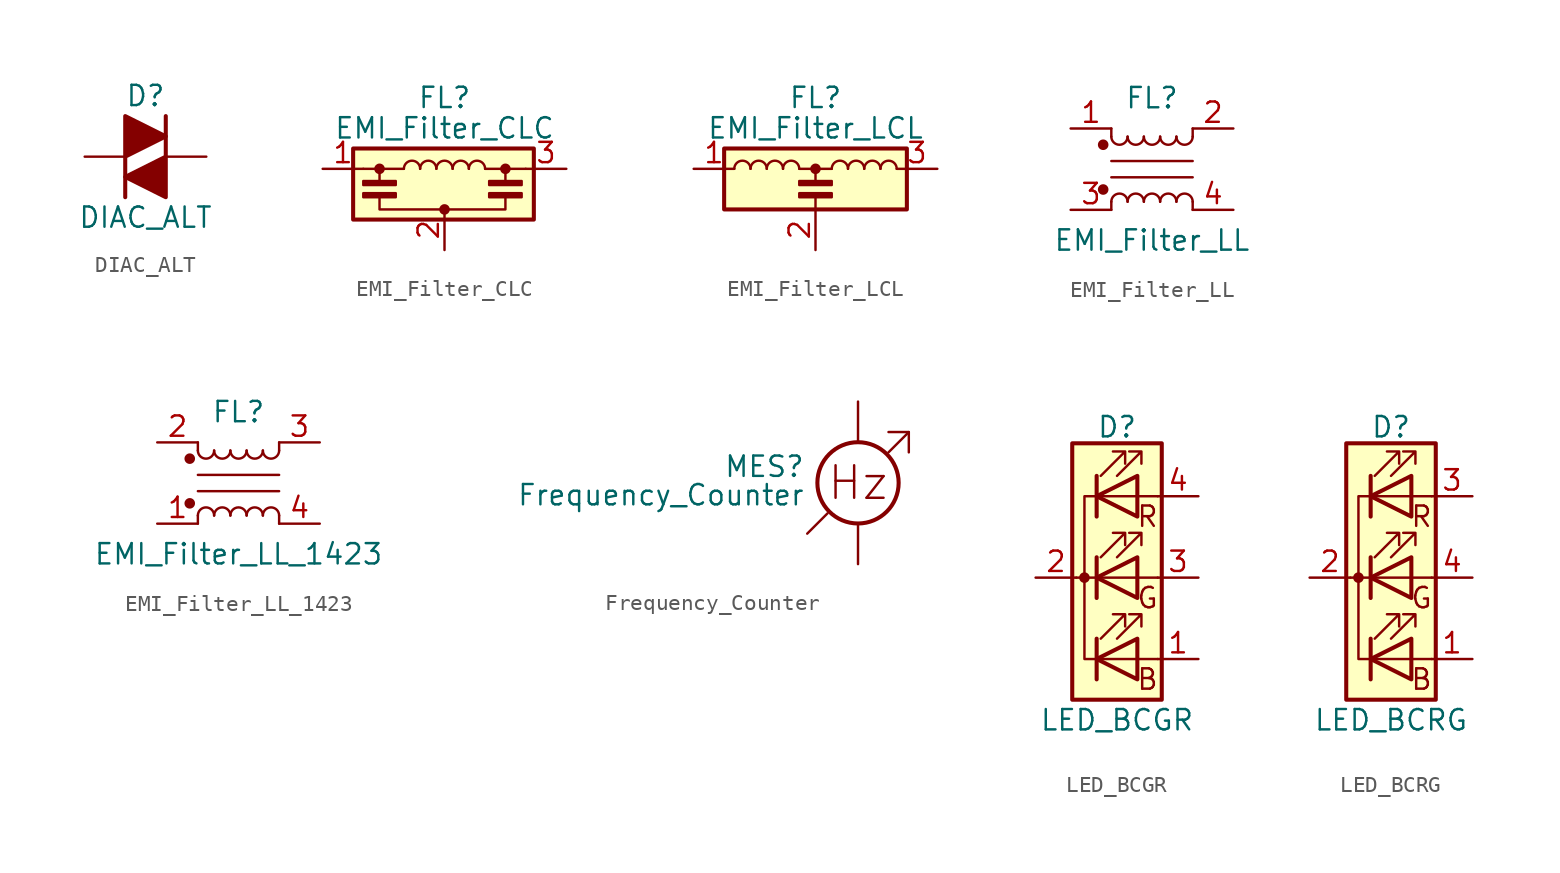
<source format=kicad_sym>
(kicad_symbol_lib
  (version 20211014)
  (generator kicad_symbol_editor)
  (symbol "DIAC_ALT"
    (pin_numbers hide)
    (pin_names
      (offset 1.016) hide)
    (property "Reference" "D"
      (at 0 3.81 0)
      (effects (font (size 1.27 1.27))))
    (property "Value" "DIAC_ALT"
      (at 0 -3.81 0)
      (effects (font (size 1.27 1.27))))
    (symbol "DIAC_ALT_0_1"
      (polyline (pts (xy -1.27 -2.54) (xy -1.27 2.54) (xy 1.27 1.27) (xy -1.27 0)) (stroke (width 0.254) (type default) (color 0 0 0 0)) (fill (type outline)))
      (polyline (pts (xy 1.27 2.54) (xy 1.27 -2.54) (xy -1.27 -1.27) (xy 1.27 0)) (stroke (width 0.254) (type default) (color 0 0 0 0)) (fill (type outline))))
    (symbol "DIAC_ALT_1_1"
      (pin passive line (at -3.81 0 0) (length 2.54) (name "K" (effects (font (size 1.27 1.27)))) (number "1" (effects (font (size 1.27 1.27)))))
      (pin passive line (at 3.81 0 180) (length 2.54) (name "A" (effects (font (size 1.27 1.27)))) (number "2" (effects (font (size 1.27 1.27)))))))
  (symbol "EMI_Filter_CLC"
    (pin_names
      (offset 0.254) hide)
    (property "Reference" "FL"
      (at 0 6.985 0)
      (effects (font (size 1.27 1.27))))
    (property "Value" "EMI_Filter_CLC"
      (at 0 5.08 0)
      (effects (font (size 1.27 1.27))))
    (symbol "EMI_Filter_CLC_0_1"
      (rectangle (start -5.715 3.81) (end 5.588 -0.635) (stroke (width 0.254) (type default) (color 0 0 0 0)) (fill (type background)))
      (rectangle (start -5.08 0.762) (end -3.048 1.016) (stroke (width 0) (type default) (color 0 0 0 0)) (fill (type outline)))
      (circle (center -4.064 2.54) (radius 0.254) (stroke (width 0) (type default) (color 0 0 0 0)) (fill (type outline)))
      (rectangle (start -3.048 1.524) (end -5.08 1.778) (stroke (width 0) (type default) (color 0 0 0 0)) (fill (type outline)))
      (arc (start -1.524 2.54) (mid -2.032 3.048) (end -2.54 2.54) (stroke (width 0) (type default) (color 0 0 0 0)) (fill (type none)))
      (arc (start -0.508 2.54) (mid -1.016 3.048) (end -1.524 2.54) (stroke (width 0) (type default) (color 0 0 0 0)) (fill (type none)))
      (polyline (pts (xy -5.08 2.54) (xy -2.54 2.54)) (stroke (width 0) (type default) (color 0 0 0 0)) (fill (type none)))
      (polyline (pts (xy -4.064 2.54) (xy -4.064 1.778)) (stroke (width 0) (type default) (color 0 0 0 0)) (fill (type none)))
      (polyline (pts (xy 2.54 2.54) (xy 5.08 2.54)) (stroke (width 0) (type default) (color 0 0 0 0)) (fill (type none)))
      (polyline (pts (xy 3.81 2.54) (xy 3.81 1.778)) (stroke (width 0) (type default) (color 0 0 0 0)) (fill (type none)))
      (polyline (pts (xy -4.064 0.762) (xy -4.064 0) (xy 3.81 0) (xy 3.81 0.762)) (stroke (width 0) (type default) (color 0 0 0 0)) (fill (type none)))
      (circle (center 0 0) (radius 0.254) (stroke (width 0) (type default) (color 0 0 0 0)) (fill (type outline)))
      (arc (start 0.508 2.54) (mid 0 3.048) (end -0.508 2.54) (stroke (width 0) (type default) (color 0 0 0 0)) (fill (type none)))
      (arc (start 1.524 2.54) (mid 1.016 3.048) (end 0.508 2.54) (stroke (width 0) (type default) (color 0 0 0 0)) (fill (type none)))
      (arc (start 2.54 2.54) (mid 2.032 3.048) (end 1.524 2.54) (stroke (width 0) (type default) (color 0 0 0 0)) (fill (type none)))
      (rectangle (start 2.794 0.762) (end 4.826 1.016) (stroke (width 0) (type default) (color 0 0 0 0)) (fill (type outline)))
      (circle (center 3.81 2.54) (radius 0.254) (stroke (width 0) (type default) (color 0 0 0 0)) (fill (type outline)))
      (rectangle (start 4.826 1.524) (end 2.794 1.778) (stroke (width 0) (type default) (color 0 0 0 0)) (fill (type outline))))
    (symbol "EMI_Filter_CLC_1_1"
      (pin passive line (at -7.62 2.54 0) (length 2.54) (name "1" (effects (font (size 1.27 1.27)))) (number "1" (effects (font (size 1.27 1.27)))))
      (pin passive line (at 0 -2.54 90) (length 2.54) (name "2" (effects (font (size 1.27 1.27)))) (number "2" (effects (font (size 1.27 1.27)))))
      (pin passive line (at 7.62 2.54 180) (length 2.54) (name "3" (effects (font (size 1.27 1.27)))) (number "3" (effects (font (size 1.27 1.27)))))))
  (symbol "EMI_Filter_LCL"
    (pin_names
      (offset 0.254) hide)
    (property "Reference" "FL"
      (at 0 6.985 0)
      (effects (font (size 1.27 1.27))))
    (property "Value" "EMI_Filter_LCL"
      (at 0 5.08 0)
      (effects (font (size 1.27 1.27))))
    (symbol "EMI_Filter_LCL_0_1"
      (rectangle (start -5.715 3.81) (end 5.715 0) (stroke (width 0.254) (type default) (color 0 0 0 0)) (fill (type background)))
      (arc (start -4.064 2.54) (mid -4.572 3.048) (end -5.08 2.54) (stroke (width 0) (type default) (color 0 0 0 0)) (fill (type none)))
      (arc (start -3.048 2.54) (mid -3.556 3.048) (end -4.064 2.54) (stroke (width 0) (type default) (color 0 0 0 0)) (fill (type none)))
      (arc (start -2.032 2.54) (mid -2.54 3.048) (end -3.048 2.54) (stroke (width 0) (type default) (color 0 0 0 0)) (fill (type none)))
      (rectangle (start -1.016 0.762) (end 1.016 1.016) (stroke (width 0) (type default) (color 0 0 0 0)) (fill (type outline)))
      (arc (start -1.016 2.54) (mid -1.524 3.048) (end -2.032 2.54) (stroke (width 0) (type default) (color 0 0 0 0)) (fill (type none)))
      (polyline (pts (xy -1.016 2.54) (xy 1.016 2.54)) (stroke (width 0) (type default) (color 0 0 0 0)) (fill (type none)))
      (polyline (pts (xy 0 0.762) (xy 0 0)) (stroke (width 0) (type default) (color 0 0 0 0)) (fill (type none)))
      (polyline (pts (xy 0 2.54) (xy 0 1.778)) (stroke (width 0) (type default) (color 0 0 0 0)) (fill (type none)))
      (circle (center 0 2.54) (radius 0.254) (stroke (width 0) (type default) (color 0 0 0 0)) (fill (type outline)))
      (rectangle (start 1.016 1.524) (end -1.016 1.778) (stroke (width 0) (type default) (color 0 0 0 0)) (fill (type outline)))
      (arc (start 2.032 2.54) (mid 1.524 3.048) (end 1.016 2.54) (stroke (width 0) (type default) (color 0 0 0 0)) (fill (type none)))
      (arc (start 3.048 2.54) (mid 2.54 3.048) (end 2.032 2.54) (stroke (width 0) (type default) (color 0 0 0 0)) (fill (type none)))
      (arc (start 4.064 2.54) (mid 3.556 3.048) (end 3.048 2.54) (stroke (width 0) (type default) (color 0 0 0 0)) (fill (type none)))
      (arc (start 5.08 2.54) (mid 4.572 3.048) (end 4.064 2.54) (stroke (width 0) (type default) (color 0 0 0 0)) (fill (type none))))
    (symbol "EMI_Filter_LCL_1_1"
      (pin passive line (at -7.62 2.54 0) (length 2.54) (name "1" (effects (font (size 1.27 1.27)))) (number "1" (effects (font (size 1.27 1.27)))))
      (pin passive line (at 0 -2.54 90) (length 2.54) (name "2" (effects (font (size 1.27 1.27)))) (number "2" (effects (font (size 1.27 1.27)))))
      (pin passive line (at 7.62 2.54 180) (length 2.54) (name "3" (effects (font (size 1.27 1.27)))) (number "3" (effects (font (size 1.27 1.27)))))))
  (symbol "EMI_Filter_LL"
    (pin_names
      (offset 0.254) hide)
    (property "Reference" "FL"
      (at 0 4.445 0)
      (effects (font (size 1.27 1.27))))
    (property "Value" "EMI_Filter_LL"
      (at 0 -4.445 0)
      (effects (font (size 1.27 1.27))))
    (symbol "EMI_Filter_LL_0_1"
      (circle (center -3.048 -1.27) (radius 0.254) (stroke (width 0) (type default) (color 0 0 0 0)) (fill (type outline)))
      (circle (center -3.048 1.524) (radius 0.254) (stroke (width 0) (type default) (color 0 0 0 0)) (fill (type outline)))
      (arc (start -2.54 2.032) (mid -2.032 1.524) (end -1.524 2.032) (stroke (width 0) (type default) (color 0 0 0 0)) (fill (type none)))
      (arc (start -1.524 -2.032) (mid -2.032 -1.524) (end -2.54 -2.032) (stroke (width 0) (type default) (color 0 0 0 0)) (fill (type none)))
      (arc (start -1.524 2.032) (mid -1.016 1.524) (end -0.508 2.032) (stroke (width 0) (type default) (color 0 0 0 0)) (fill (type none)))
      (arc (start -0.508 -2.032) (mid -1.016 -1.524) (end -1.524 -2.032) (stroke (width 0) (type default) (color 0 0 0 0)) (fill (type none)))
      (arc (start -0.508 2.032) (mid 0 1.524) (end 0.508 2.032) (stroke (width 0) (type default) (color 0 0 0 0)) (fill (type none)))
      (polyline (pts (xy -2.54 -2.032) (xy -2.54 -2.54)) (stroke (width 0) (type default) (color 0 0 0 0)) (fill (type none)))
      (polyline (pts (xy -2.54 0.508) (xy 2.54 0.508)) (stroke (width 0) (type default) (color 0 0 0 0)) (fill (type none)))
      (polyline (pts (xy -2.54 2.032) (xy -2.54 2.54)) (stroke (width 0) (type default) (color 0 0 0 0)) (fill (type none)))
      (polyline (pts (xy 2.54 -2.032) (xy 2.54 -2.54)) (stroke (width 0) (type default) (color 0 0 0 0)) (fill (type none)))
      (polyline (pts (xy 2.54 -0.508) (xy -2.54 -0.508)) (stroke (width 0) (type default) (color 0 0 0 0)) (fill (type none)))
      (polyline (pts (xy 2.54 2.54) (xy 2.54 2.032)) (stroke (width 0) (type default) (color 0 0 0 0)) (fill (type none)))
      (arc (start 0.508 -2.032) (mid 0 -1.524) (end -0.508 -2.032) (stroke (width 0) (type default) (color 0 0 0 0)) (fill (type none)))
      (arc (start 0.508 2.032) (mid 1.016 1.524) (end 1.524 2.032) (stroke (width 0) (type default) (color 0 0 0 0)) (fill (type none)))
      (arc (start 1.524 -2.032) (mid 1.016 -1.524) (end 0.508 -2.032) (stroke (width 0) (type default) (color 0 0 0 0)) (fill (type none)))
      (arc (start 1.524 2.032) (mid 2.032 1.524) (end 2.54 2.032) (stroke (width 0) (type default) (color 0 0 0 0)) (fill (type none)))
      (arc (start 2.54 -2.032) (mid 2.032 -1.524) (end 1.524 -2.032) (stroke (width 0) (type default) (color 0 0 0 0)) (fill (type none))))
    (symbol "EMI_Filter_LL_1_1"
      (pin passive line (at -5.08 2.54 0) (length 2.54) (name "1" (effects (font (size 1.27 1.27)))) (number "1" (effects (font (size 1.27 1.27)))))
      (pin passive line (at 5.08 2.54 180) (length 2.54) (name "2" (effects (font (size 1.27 1.27)))) (number "2" (effects (font (size 1.27 1.27)))))
      (pin passive line (at -5.08 -2.54 0) (length 2.54) (name "3" (effects (font (size 1.27 1.27)))) (number "3" (effects (font (size 1.27 1.27)))))
      (pin passive line (at 5.08 -2.54 180) (length 2.54) (name "4" (effects (font (size 1.27 1.27)))) (number "4" (effects (font (size 1.27 1.27)))))))
  (symbol "EMI_Filter_LL_1423"
    (pin_names hide)
    (property "Reference" "FL"
      (at 0 4.445 0)
      (effects (font (size 1.27 1.27))))
    (property "Value" "EMI_Filter_LL_1423"
      (at 0 -4.445 0)
      (effects (font (size 1.27 1.27))))
    (symbol "EMI_Filter_LL_1423_0_1"
      (circle (center -3.048 -1.27) (radius 0.254) (stroke (width 0) (type default) (color 0 0 0 0)) (fill (type outline)))
      (circle (center -3.048 1.524) (radius 0.254) (stroke (width 0) (type default) (color 0 0 0 0)) (fill (type outline)))
      (arc (start -2.54 2.032) (mid -2.032 1.524) (end -1.524 2.032) (stroke (width 0) (type default) (color 0 0 0 0)) (fill (type none)))
      (arc (start -1.524 -2.032) (mid -2.032 -1.524) (end -2.54 -2.032) (stroke (width 0) (type default) (color 0 0 0 0)) (fill (type none)))
      (arc (start -1.524 2.032) (mid -1.016 1.524) (end -0.508 2.032) (stroke (width 0) (type default) (color 0 0 0 0)) (fill (type none)))
      (arc (start -0.508 -2.032) (mid -1.016 -1.524) (end -1.524 -2.032) (stroke (width 0) (type default) (color 0 0 0 0)) (fill (type none)))
      (arc (start -0.508 2.032) (mid 0 1.524) (end 0.508 2.032) (stroke (width 0) (type default) (color 0 0 0 0)) (fill (type none)))
      (polyline (pts (xy -2.54 -2.032) (xy -2.54 -2.54)) (stroke (width 0) (type default) (color 0 0 0 0)) (fill (type none)))
      (polyline (pts (xy -2.54 0.508) (xy 2.54 0.508)) (stroke (width 0) (type default) (color 0 0 0 0)) (fill (type none)))
      (polyline (pts (xy -2.54 2.032) (xy -2.54 2.54)) (stroke (width 0) (type default) (color 0 0 0 0)) (fill (type none)))
      (polyline (pts (xy 2.54 -2.032) (xy 2.54 -2.54)) (stroke (width 0) (type default) (color 0 0 0 0)) (fill (type none)))
      (polyline (pts (xy 2.54 -0.508) (xy -2.54 -0.508)) (stroke (width 0) (type default) (color 0 0 0 0)) (fill (type none)))
      (polyline (pts (xy 2.54 2.54) (xy 2.54 2.032)) (stroke (width 0) (type default) (color 0 0 0 0)) (fill (type none)))
      (arc (start 0.508 -2.032) (mid 0 -1.524) (end -0.508 -2.032) (stroke (width 0) (type default) (color 0 0 0 0)) (fill (type none)))
      (arc (start 0.508 2.032) (mid 1.016 1.524) (end 1.524 2.032) (stroke (width 0) (type default) (color 0 0 0 0)) (fill (type none)))
      (arc (start 1.524 -2.032) (mid 1.016 -1.524) (end 0.508 -2.032) (stroke (width 0) (type default) (color 0 0 0 0)) (fill (type none)))
      (arc (start 1.524 2.032) (mid 2.032 1.524) (end 2.54 2.032) (stroke (width 0) (type default) (color 0 0 0 0)) (fill (type none)))
      (arc (start 2.54 -2.032) (mid 2.032 -1.524) (end 1.524 -2.032) (stroke (width 0) (type default) (color 0 0 0 0)) (fill (type none))))
    (symbol "EMI_Filter_LL_1423_1_1"
      (pin passive line (at -5.08 -2.54 0) (length 2.54) (name "1" (effects (font (size 1.27 1.27)))) (number "1" (effects (font (size 1.27 1.27)))))
      (pin passive line (at -5.08 2.54 0) (length 2.54) (name "2" (effects (font (size 1.27 1.27)))) (number "2" (effects (font (size 1.27 1.27)))))
      (pin passive line (at 5.08 2.54 180) (length 2.54) (name "3" (effects (font (size 1.27 1.27)))) (number "3" (effects (font (size 1.27 1.27)))))
      (pin passive line (at 5.08 -2.54 180) (length 2.54) (name "4" (effects (font (size 1.27 1.27)))) (number "4" (effects (font (size 1.27 1.27)))))))
  (symbol "Frequency_Counter"
    (pin_numbers hide)
    (pin_names
      (offset 0.025) hide)
    (property "Reference" "MES"
      (at -3.302 1.016 0)
      (effects (font (size 1.27 1.27)) (justify right)))
    (property "Value" "Frequency_Counter"
      (at -3.302 -0.762 0)
      (effects (font (size 1.27 1.27)) (justify right)))
    (symbol "Frequency_Counter_0_0"
      (polyline (pts (xy -3.175 -3.175) (xy -1.905 -1.905)) (stroke (width 0) (type default) (color 0 0 0 0)) (fill (type none)))
      (polyline (pts (xy 1.905 1.905) (xy 3.175 3.175)) (stroke (width 0) (type default) (color 0 0 0 0)) (fill (type none)))
      (polyline (pts (xy 1.905 3.175) (xy 3.175 3.175) (xy 3.175 1.905)) (stroke (width 0) (type default) (color 0 0 0 0)) (fill (type none)))
      (text "Hz" (at 0 0 0) (effects (font (size 2.032 2.032)))))
    (symbol "Frequency_Counter_0_1"
      (circle (center 0 0) (radius 2.54) (stroke (width 0.254) (type default) (color 0 0 0 0)) (fill (type none))))
    (symbol "Frequency_Counter_1_1"
      (pin passive line (at 0 -5.08 90) (length 2.54) (name "-" (effects (font (size 1.27 1.27)))) (number "1" (effects (font (size 1.27 1.27)))))
      (pin passive line (at 0 5.08 270) (length 2.54) (name "+" (effects (font (size 1.27 1.27)))) (number "2" (effects (font (size 1.27 1.27)))))))
  (symbol "LED_BCGR"
    (pin_names
      (offset 0) hide)
    (property "Reference" "D"
      (at 0 9.398 0)
      (effects (font (size 1.27 1.27))))
    (property "Value" "LED_BCGR"
      (at 0 -8.89 0)
      (effects (font (size 1.27 1.27))))
    (symbol "LED_BCGR_0_0"
      (text "B" (at 1.905 -6.35 0) (effects (font (size 1.27 1.27))))
      (text "G" (at 1.905 -1.27 0) (effects (font (size 1.27 1.27))))
      (text "R" (at 1.905 3.81 0) (effects (font (size 1.27 1.27)))))
    (symbol "LED_BCGR_0_1"
      (circle (center -2.032 0) (radius 0.254) (stroke (width 0) (type default) (color 0 0 0 0)) (fill (type outline)))
      (polyline (pts (xy -1.27 -5.08) (xy 1.27 -5.08)) (stroke (width 0) (type default) (color 0 0 0 0)) (fill (type none)))
      (polyline (pts (xy -1.27 -3.81) (xy -1.27 -6.35)) (stroke (width 0.254) (type default) (color 0 0 0 0)) (fill (type none)))
      (polyline (pts (xy -1.27 0) (xy -2.54 0)) (stroke (width 0) (type default) (color 0 0 0 0)) (fill (type none)))
      (polyline (pts (xy -1.27 1.27) (xy -1.27 -1.27)) (stroke (width 0.254) (type default) (color 0 0 0 0)) (fill (type none)))
      (polyline (pts (xy -1.27 5.08) (xy 1.27 5.08)) (stroke (width 0) (type default) (color 0 0 0 0)) (fill (type none)))
      (polyline (pts (xy -1.27 6.35) (xy -1.27 3.81)) (stroke (width 0.254) (type default) (color 0 0 0 0)) (fill (type none)))
      (polyline (pts (xy 1.27 -5.08) (xy 2.54 -5.08)) (stroke (width 0) (type default) (color 0 0 0 0)) (fill (type none)))
      (polyline (pts (xy 1.27 0) (xy -1.27 0)) (stroke (width 0) (type default) (color 0 0 0 0)) (fill (type none)))
      (polyline (pts (xy 1.27 0) (xy 2.54 0)) (stroke (width 0) (type default) (color 0 0 0 0)) (fill (type none)))
      (polyline (pts (xy 1.27 5.08) (xy 2.54 5.08)) (stroke (width 0) (type default) (color 0 0 0 0)) (fill (type none)))
      (polyline (pts (xy -1.27 1.27) (xy -1.27 -1.27) (xy -1.27 -1.27)) (stroke (width 0) (type default) (color 0 0 0 0)) (fill (type none)))
      (polyline (pts (xy -1.27 6.35) (xy -1.27 3.81) (xy -1.27 3.81)) (stroke (width 0) (type default) (color 0 0 0 0)) (fill (type none)))
      (polyline (pts (xy -1.27 5.08) (xy -2.032 5.08) (xy -2.032 -5.08) (xy -1.016 -5.08)) (stroke (width 0) (type default) (color 0 0 0 0)) (fill (type none)))
      (polyline (pts (xy 1.27 -3.81) (xy 1.27 -6.35) (xy -1.27 -5.08) (xy 1.27 -3.81)) (stroke (width 0.254) (type default) (color 0 0 0 0)) (fill (type none)))
      (polyline (pts (xy 1.27 1.27) (xy 1.27 -1.27) (xy -1.27 0) (xy 1.27 1.27)) (stroke (width 0.254) (type default) (color 0 0 0 0)) (fill (type none)))
      (polyline (pts (xy 1.27 6.35) (xy 1.27 3.81) (xy -1.27 5.08) (xy 1.27 6.35)) (stroke (width 0.254) (type default) (color 0 0 0 0)) (fill (type none)))
      (polyline (pts (xy -1.016 -3.81) (xy 0.508 -2.286) (xy -0.254 -2.286) (xy 0.508 -2.286) (xy 0.508 -3.048)) (stroke (width 0) (type default) (color 0 0 0 0)) (fill (type none)))
      (polyline (pts (xy -1.016 1.27) (xy 0.508 2.794) (xy -0.254 2.794) (xy 0.508 2.794) (xy 0.508 2.032)) (stroke (width 0) (type default) (color 0 0 0 0)) (fill (type none)))
      (polyline (pts (xy -1.016 6.35) (xy 0.508 7.874) (xy -0.254 7.874) (xy 0.508 7.874) (xy 0.508 7.112)) (stroke (width 0) (type default) (color 0 0 0 0)) (fill (type none)))
      (polyline (pts (xy 0 -3.81) (xy 1.524 -2.286) (xy 0.762 -2.286) (xy 1.524 -2.286) (xy 1.524 -3.048)) (stroke (width 0) (type default) (color 0 0 0 0)) (fill (type none)))
      (polyline (pts (xy 0 1.27) (xy 1.524 2.794) (xy 0.762 2.794) (xy 1.524 2.794) (xy 1.524 2.032)) (stroke (width 0) (type default) (color 0 0 0 0)) (fill (type none)))
      (polyline (pts (xy 0 6.35) (xy 1.524 7.874) (xy 0.762 7.874) (xy 1.524 7.874) (xy 1.524 7.112)) (stroke (width 0) (type default) (color 0 0 0 0)) (fill (type none)))
      (rectangle (start 1.27 -1.27) (end 1.27 1.27) (stroke (width 0) (type default) (color 0 0 0 0)) (fill (type none)))
      (rectangle (start 1.27 1.27) (end 1.27 1.27) (stroke (width 0) (type default) (color 0 0 0 0)) (fill (type none)))
      (rectangle (start 1.27 3.81) (end 1.27 6.35) (stroke (width 0) (type default) (color 0 0 0 0)) (fill (type none)))
      (rectangle (start 1.27 6.35) (end 1.27 6.35) (stroke (width 0) (type default) (color 0 0 0 0)) (fill (type none)))
      (rectangle (start 2.794 8.382) (end -2.794 -7.62) (stroke (width 0.254) (type default) (color 0 0 0 0)) (fill (type background))))
    (symbol "LED_BCGR_1_1"
      (pin passive line (at 5.08 -5.08 180) (length 2.54) (name "BA" (effects (font (size 1.27 1.27)))) (number "1" (effects (font (size 1.27 1.27)))))
      (pin passive line (at -5.08 0 0) (length 2.54) (name "K" (effects (font (size 1.27 1.27)))) (number "2" (effects (font (size 1.27 1.27)))))
      (pin passive line (at 5.08 0 180) (length 2.54) (name "GA" (effects (font (size 1.27 1.27)))) (number "3" (effects (font (size 1.27 1.27)))))
      (pin passive line (at 5.08 5.08 180) (length 2.54) (name "RA" (effects (font (size 1.27 1.27)))) (number "4" (effects (font (size 1.27 1.27)))))))
  (symbol "LED_BCRG"
    (pin_names
      (offset 0) hide)
    (property "Reference" "D"
      (at 0 9.398 0)
      (effects (font (size 1.27 1.27))))
    (property "Value" "LED_BCRG"
      (at 0 -8.89 0)
      (effects (font (size 1.27 1.27))))
    (symbol "LED_BCRG_0_0"
      (text "B" (at 1.905 -6.35 0) (effects (font (size 1.27 1.27))))
      (text "G" (at 1.905 -1.27 0) (effects (font (size 1.27 1.27))))
      (text "R" (at 1.905 3.81 0) (effects (font (size 1.27 1.27)))))
    (symbol "LED_BCRG_0_1"
      (circle (center -2.032 0) (radius 0.254) (stroke (width 0) (type default) (color 0 0 0 0)) (fill (type outline)))
      (polyline (pts (xy -1.27 -5.08) (xy 1.27 -5.08)) (stroke (width 0) (type default) (color 0 0 0 0)) (fill (type none)))
      (polyline (pts (xy -1.27 -3.81) (xy -1.27 -6.35)) (stroke (width 0.254) (type default) (color 0 0 0 0)) (fill (type none)))
      (polyline (pts (xy -1.27 0) (xy -2.54 0)) (stroke (width 0) (type default) (color 0 0 0 0)) (fill (type none)))
      (polyline (pts (xy -1.27 1.27) (xy -1.27 -1.27)) (stroke (width 0.254) (type default) (color 0 0 0 0)) (fill (type none)))
      (polyline (pts (xy -1.27 5.08) (xy 1.27 5.08)) (stroke (width 0) (type default) (color 0 0 0 0)) (fill (type none)))
      (polyline (pts (xy -1.27 6.35) (xy -1.27 3.81)) (stroke (width 0.254) (type default) (color 0 0 0 0)) (fill (type none)))
      (polyline (pts (xy 1.27 -5.08) (xy 2.54 -5.08)) (stroke (width 0) (type default) (color 0 0 0 0)) (fill (type none)))
      (polyline (pts (xy 1.27 0) (xy -1.27 0)) (stroke (width 0) (type default) (color 0 0 0 0)) (fill (type none)))
      (polyline (pts (xy 1.27 0) (xy 2.54 0)) (stroke (width 0) (type default) (color 0 0 0 0)) (fill (type none)))
      (polyline (pts (xy 1.27 5.08) (xy 2.54 5.08)) (stroke (width 0) (type default) (color 0 0 0 0)) (fill (type none)))
      (polyline (pts (xy -1.27 1.27) (xy -1.27 -1.27) (xy -1.27 -1.27)) (stroke (width 0) (type default) (color 0 0 0 0)) (fill (type none)))
      (polyline (pts (xy -1.27 6.35) (xy -1.27 3.81) (xy -1.27 3.81)) (stroke (width 0) (type default) (color 0 0 0 0)) (fill (type none)))
      (polyline (pts (xy -1.27 5.08) (xy -2.032 5.08) (xy -2.032 -5.08) (xy -1.016 -5.08)) (stroke (width 0) (type default) (color 0 0 0 0)) (fill (type none)))
      (polyline (pts (xy 1.27 -3.81) (xy 1.27 -6.35) (xy -1.27 -5.08) (xy 1.27 -3.81)) (stroke (width 0.254) (type default) (color 0 0 0 0)) (fill (type none)))
      (polyline (pts (xy 1.27 1.27) (xy 1.27 -1.27) (xy -1.27 0) (xy 1.27 1.27)) (stroke (width 0.254) (type default) (color 0 0 0 0)) (fill (type none)))
      (polyline (pts (xy 1.27 6.35) (xy 1.27 3.81) (xy -1.27 5.08) (xy 1.27 6.35)) (stroke (width 0.254) (type default) (color 0 0 0 0)) (fill (type none)))
      (polyline (pts (xy -1.016 -3.81) (xy 0.508 -2.286) (xy -0.254 -2.286) (xy 0.508 -2.286) (xy 0.508 -3.048)) (stroke (width 0) (type default) (color 0 0 0 0)) (fill (type none)))
      (polyline (pts (xy -1.016 1.27) (xy 0.508 2.794) (xy -0.254 2.794) (xy 0.508 2.794) (xy 0.508 2.032)) (stroke (width 0) (type default) (color 0 0 0 0)) (fill (type none)))
      (polyline (pts (xy -1.016 6.35) (xy 0.508 7.874) (xy -0.254 7.874) (xy 0.508 7.874) (xy 0.508 7.112)) (stroke (width 0) (type default) (color 0 0 0 0)) (fill (type none)))
      (polyline (pts (xy 0 -3.81) (xy 1.524 -2.286) (xy 0.762 -2.286) (xy 1.524 -2.286) (xy 1.524 -3.048)) (stroke (width 0) (type default) (color 0 0 0 0)) (fill (type none)))
      (polyline (pts (xy 0 1.27) (xy 1.524 2.794) (xy 0.762 2.794) (xy 1.524 2.794) (xy 1.524 2.032)) (stroke (width 0) (type default) (color 0 0 0 0)) (fill (type none)))
      (polyline (pts (xy 0 6.35) (xy 1.524 7.874) (xy 0.762 7.874) (xy 1.524 7.874) (xy 1.524 7.112)) (stroke (width 0) (type default) (color 0 0 0 0)) (fill (type none)))
      (rectangle (start 1.27 -1.27) (end 1.27 1.27) (stroke (width 0) (type default) (color 0 0 0 0)) (fill (type none)))
      (rectangle (start 1.27 1.27) (end 1.27 1.27) (stroke (width 0) (type default) (color 0 0 0 0)) (fill (type none)))
      (rectangle (start 1.27 3.81) (end 1.27 6.35) (stroke (width 0) (type default) (color 0 0 0 0)) (fill (type none)))
      (rectangle (start 1.27 6.35) (end 1.27 6.35) (stroke (width 0) (type default) (color 0 0 0 0)) (fill (type none)))
      (rectangle (start 2.794 8.382) (end -2.794 -7.62) (stroke (width 0.254) (type default) (color 0 0 0 0)) (fill (type background))))
    (symbol "LED_BCRG_1_1"
      (pin passive line (at 5.08 -5.08 180) (length 2.54) (name "BA" (effects (font (size 1.27 1.27)))) (number "1" (effects (font (size 1.27 1.27)))))
      (pin passive line (at -5.08 0 0) (length 2.54) (name "K" (effects (font (size 1.27 1.27)))) (number "2" (effects (font (size 1.27 1.27)))))
      (pin passive line (at 5.08 5.08 180) (length 2.54) (name "RA" (effects (font (size 1.27 1.27)))) (number "3" (effects (font (size 1.27 1.27)))))
      (pin passive line (at 5.08 0 180) (length 2.54) (name "GA" (effects (font (size 1.27 1.27)))) (number "4" (effects (font (size 1.27 1.27))))))))
</source>
